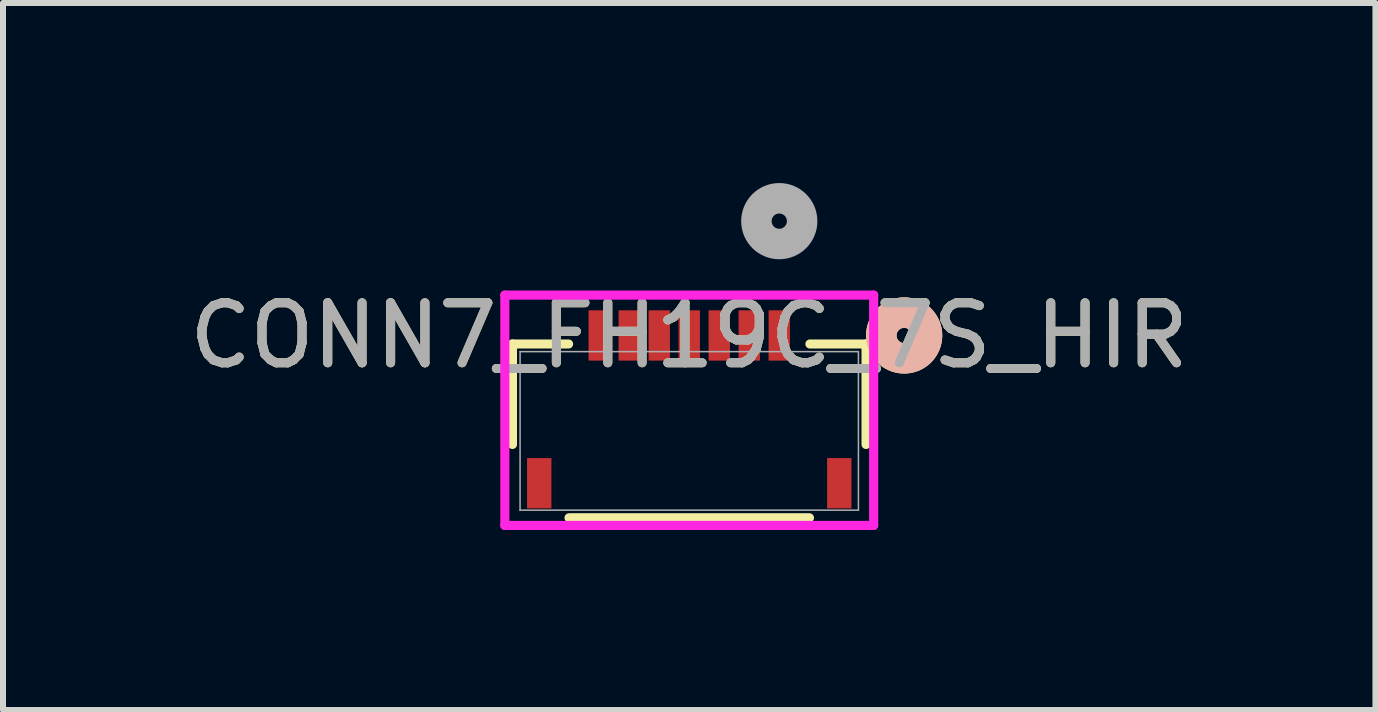
<source format=kicad_pcb>
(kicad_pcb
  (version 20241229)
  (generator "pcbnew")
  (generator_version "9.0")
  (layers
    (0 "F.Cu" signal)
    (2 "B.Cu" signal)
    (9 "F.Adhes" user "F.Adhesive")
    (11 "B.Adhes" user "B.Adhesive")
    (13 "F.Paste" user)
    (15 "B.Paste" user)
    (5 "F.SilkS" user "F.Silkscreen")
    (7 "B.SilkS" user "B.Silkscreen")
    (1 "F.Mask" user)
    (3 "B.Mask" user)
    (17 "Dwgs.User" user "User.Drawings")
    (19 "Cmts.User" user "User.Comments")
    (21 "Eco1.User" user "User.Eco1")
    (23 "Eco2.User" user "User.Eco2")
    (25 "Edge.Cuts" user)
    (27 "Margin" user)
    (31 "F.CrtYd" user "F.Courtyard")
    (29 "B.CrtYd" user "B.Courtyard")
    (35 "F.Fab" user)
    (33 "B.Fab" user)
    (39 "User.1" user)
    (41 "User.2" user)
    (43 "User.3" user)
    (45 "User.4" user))
  (footprint "CONN7_FH19C_7S_HIR"
    (layer "F.Cu")
    (at 8.435 4.13)
    (property "Reference" "CONN7_FH19C_7S_HIR" (at 0 -1.59 0) (unlocked yes) (layer "F.SilkS") (effects (font (size 1 1) (thickness 0.15))))
    (attr smd)
    (fp_line (start -2.946 -1.448) (end -2.946 0.226) (stroke (width 0.152) (type solid)) (layer "F.SilkS"))
    (fp_line (start -2.011 -1.448) (end -2.946 -1.448) (stroke (width 0.152) (type solid)) (layer "F.SilkS"))
    (fp_line (start -2.003 1.448) (end 2.003 1.448) (stroke (width 0.152) (type solid)) (layer "F.SilkS"))
    (fp_line (start 2.946 -1.448) (end 2.011 -1.448) (stroke (width 0.152) (type solid)) (layer "F.SilkS"))
    (fp_line (start 2.946 0.226) (end 2.946 -1.448) (stroke (width 0.152) (type solid)) (layer "F.SilkS"))
    (fp_circle (center 3.581 -1.59) (end 3.962 -1.59) (stroke (width 0.508) (type solid)) (fill no) (layer "F.SilkS"))
    (fp_circle (center 3.581 -1.59) (end 3.962 -1.59) (stroke (width 0.508) (type solid)) (fill no) (layer "B.SilkS"))
    (fp_line (start -3.073 -2.263) (end -3.073 1.575) (stroke (width 0.152) (type solid)) (layer "F.CrtYd"))
    (fp_line (start -3.073 1.575) (end 3.073 1.575) (stroke (width 0.152) (type solid)) (layer "F.CrtYd"))
    (fp_line (start 3.073 -2.263) (end -3.073 -2.263) (stroke (width 0.152) (type solid)) (layer "F.CrtYd"))
    (fp_line (start 3.073 1.575) (end 3.073 -2.263) (stroke (width 0.152) (type solid)) (layer "F.CrtYd"))
    (fp_line (start -2.819 -1.321) (end -2.819 1.321) (stroke (width 0.025) (type solid)) (layer "F.Fab"))
    (fp_line (start -2.819 1.321) (end 2.819 1.321) (stroke (width 0.025) (type solid)) (layer "F.Fab"))
    (fp_line (start 2.819 -1.321) (end -2.819 -1.321) (stroke (width 0.025) (type solid)) (layer "F.Fab"))
    (fp_line (start 2.819 1.321) (end 2.819 -1.321) (stroke (width 0.025) (type solid)) (layer "F.Fab"))
    (fp_circle (center 1.5 -3.495) (end 1.881 -3.495) (stroke (width 0.508) (type solid)) (fill no) (layer "F.Fab"))
    (fp_text user "${REFERENCE}" (at 0 -1.59 0) (unlocked yes) (layer "F.Fab") (effects (font (size 1 1) (thickness 0.15))))
    (pad "1" smd rect (at 1.5 -1.59) (size 0.356 0.838) (layers "F.Cu" "F.Mask" "F.Paste"))
    (pad "2" smd rect (at 1 -1.59) (size 0.356 0.838) (layers "F.Cu" "F.Mask" "F.Paste"))
    (pad "3" smd rect (at 0.5 -1.59) (size 0.356 0.838) (layers "F.Cu" "F.Mask" "F.Paste"))
    (pad "4" smd rect (at 0 -1.59) (size 0.356 0.838) (layers "F.Cu" "F.Mask" "F.Paste"))
    (pad "5" smd rect (at -0.5 -1.59) (size 0.356 0.838) (layers "F.Cu" "F.Mask" "F.Paste"))
    (pad "6" smd rect (at -1 -1.59) (size 0.356 0.838) (layers "F.Cu" "F.Mask" "F.Paste"))
    (pad "7" smd rect (at -1.5 -1.59) (size 0.356 0.838) (layers "F.Cu" "F.Mask" "F.Paste"))
    (pad "8" smd rect (at -2.5 0.872) (size 0.406 0.838) (layers "F.Cu" "F.Mask" "F.Paste"))
    (pad "9" smd rect (at 2.5 0.872) (size 0.406 0.838) (layers "F.Cu" "F.Mask" "F.Paste")))
  (gr_rect
    (start -3 -3)
    (end 19.869 8.781)
    (stroke (width 0.1) (type default))
    (fill no)
    (layer "Edge.Cuts")))
</source>
